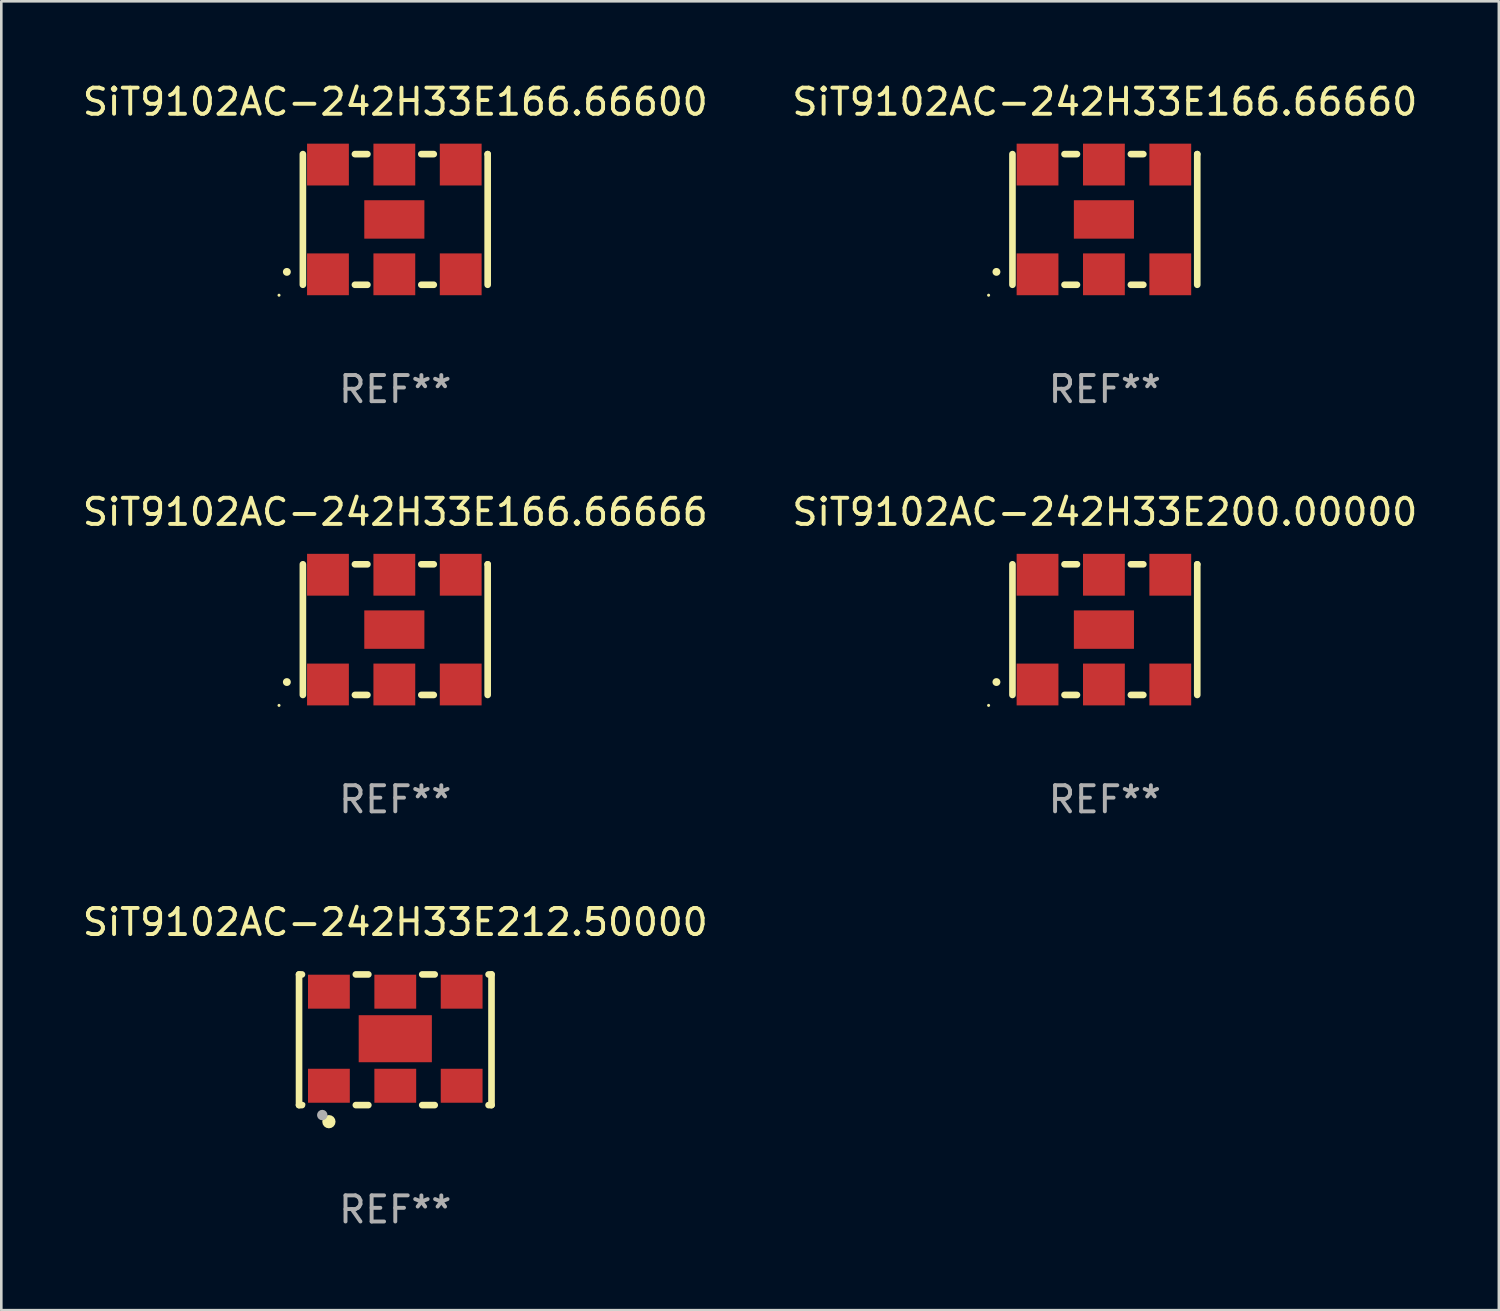
<source format=kicad_pcb>
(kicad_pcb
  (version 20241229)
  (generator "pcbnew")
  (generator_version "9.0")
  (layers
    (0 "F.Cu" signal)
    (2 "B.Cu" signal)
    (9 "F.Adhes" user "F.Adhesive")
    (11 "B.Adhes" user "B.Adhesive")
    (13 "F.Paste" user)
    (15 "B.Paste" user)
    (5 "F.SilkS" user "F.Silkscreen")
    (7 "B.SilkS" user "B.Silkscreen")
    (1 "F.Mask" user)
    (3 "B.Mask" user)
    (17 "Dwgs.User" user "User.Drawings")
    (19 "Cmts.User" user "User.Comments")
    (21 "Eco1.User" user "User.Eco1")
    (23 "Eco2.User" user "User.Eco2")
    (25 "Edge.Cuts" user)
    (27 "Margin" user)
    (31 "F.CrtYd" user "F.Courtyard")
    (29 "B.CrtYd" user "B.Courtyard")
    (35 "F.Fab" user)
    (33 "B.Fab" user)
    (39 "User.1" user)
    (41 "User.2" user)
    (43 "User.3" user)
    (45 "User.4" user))
  (footprint "SiT9102AC-242H33E166.66600"
    (layer "F.Cu")
    (at 12.077 5.348)
    (property "Reference" "SiT9102AC-242H33E166.66600" (at 0 -4.5 0) (layer "F.SilkS") (effects (font (size 1 1) (thickness 0.15))))
    (attr through_hole)
    (fp_line (start -3.536 -2.5) (end -3.536 2.5) (stroke (width 0.254) (type solid)) (layer "F.SilkS"))
    (fp_line (start -1.544 2.5) (end -1.067 2.5) (stroke (width 0.254) (type solid)) (layer "F.SilkS"))
    (fp_line (start -1.067 -2.5) (end -1.544 -2.5) (stroke (width 0.254) (type solid)) (layer "F.SilkS"))
    (fp_line (start 0.996 2.5) (end 1.473 2.5) (stroke (width 0.254) (type solid)) (layer "F.SilkS"))
    (fp_line (start 1.473 -2.5) (end 0.996 -2.5) (stroke (width 0.254) (type solid)) (layer "F.SilkS"))
    (fp_line (start 3.536 -2.5) (end 3.536 -2.5) (stroke (width 0.254) (type solid)) (layer "F.SilkS"))
    (fp_line (start 3.536 2.5) (end 3.536 -2.5) (stroke (width 0.254) (type solid)) (layer "F.SilkS"))
    (fp_arc (start -4.150432 2.006604) (mid -4.149162 2.006599) (end -4.147892 2.006604) (stroke (width 0.3) (type solid)) (layer "F.SilkS"))
    (fp_circle (center -4.449 2.9) (end -4.419 2.9) (stroke (width 0.06) (type solid)) (fill no) (layer "F.SilkS"))
    (fp_text user "REF**" (at 0 6.5 0) (layer "F.Fab") (effects (font (size 1 1) (thickness 0.15))))
    (pad "1" smd rect (at -2.576 2.1) (size 1.6 1.6) (layers "F.Cu" "F.Mask" "F.Paste"))
    (pad "2" smd rect (at -0.036 2.1) (size 1.6 1.6) (layers "F.Cu" "F.Mask" "F.Paste"))
    (pad "3" smd rect (at 2.504 2.1) (size 1.6 1.6) (layers "F.Cu" "F.Mask" "F.Paste"))
    (pad "4" smd rect (at 2.504 -2.1) (size 1.6 1.6) (layers "F.Cu" "F.Mask" "F.Paste"))
    (pad "5" smd rect (at -0.036 -2.1) (size 1.6 1.6) (layers "F.Cu" "F.Mask" "F.Paste"))
    (pad "6" smd rect (at -2.576 -2.1) (size 1.6 1.6) (layers "F.Cu" "F.Mask" "F.Paste"))
    (pad "7" smd rect (at -0.036 0) (size 2.3 1.47) (layers "F.Cu" "F.Mask" "F.Paste")))
  (footprint "SiT9102AC-242H33E166.66660"
    (layer "F.Cu")
    (at 39.232 5.348)
    (property "Reference" "SiT9102AC-242H33E166.66660" (at 0 -4.5 0) (layer "F.SilkS") (effects (font (size 1 1) (thickness 0.15))))
    (attr through_hole)
    (fp_line (start -3.536 -2.5) (end -3.536 2.5) (stroke (width 0.254) (type solid)) (layer "F.SilkS"))
    (fp_line (start -1.544 2.5) (end -1.067 2.5) (stroke (width 0.254) (type solid)) (layer "F.SilkS"))
    (fp_line (start -1.067 -2.5) (end -1.544 -2.5) (stroke (width 0.254) (type solid)) (layer "F.SilkS"))
    (fp_line (start 0.996 2.5) (end 1.473 2.5) (stroke (width 0.254) (type solid)) (layer "F.SilkS"))
    (fp_line (start 1.473 -2.5) (end 0.996 -2.5) (stroke (width 0.254) (type solid)) (layer "F.SilkS"))
    (fp_line (start 3.536 -2.5) (end 3.536 -2.5) (stroke (width 0.254) (type solid)) (layer "F.SilkS"))
    (fp_line (start 3.536 2.5) (end 3.536 -2.5) (stroke (width 0.254) (type solid)) (layer "F.SilkS"))
    (fp_arc (start -4.150432 2.006604) (mid -4.149162 2.006599) (end -4.147892 2.006604) (stroke (width 0.3) (type solid)) (layer "F.SilkS"))
    (fp_circle (center -4.449 2.9) (end -4.419 2.9) (stroke (width 0.06) (type solid)) (fill no) (layer "F.SilkS"))
    (fp_text user "REF**" (at 0 6.5 0) (layer "F.Fab") (effects (font (size 1 1) (thickness 0.15))))
    (pad "1" smd rect (at -2.576 2.1) (size 1.6 1.6) (layers "F.Cu" "F.Mask" "F.Paste"))
    (pad "2" smd rect (at -0.036 2.1) (size 1.6 1.6) (layers "F.Cu" "F.Mask" "F.Paste"))
    (pad "3" smd rect (at 2.504 2.1) (size 1.6 1.6) (layers "F.Cu" "F.Mask" "F.Paste"))
    (pad "4" smd rect (at 2.504 -2.1) (size 1.6 1.6) (layers "F.Cu" "F.Mask" "F.Paste"))
    (pad "5" smd rect (at -0.036 -2.1) (size 1.6 1.6) (layers "F.Cu" "F.Mask" "F.Paste"))
    (pad "6" smd rect (at -2.576 -2.1) (size 1.6 1.6) (layers "F.Cu" "F.Mask" "F.Paste"))
    (pad "7" smd rect (at -0.036 0) (size 2.3 1.47) (layers "F.Cu" "F.Mask" "F.Paste")))
  (footprint "SiT9102AC-242H33E166.66666"
    (layer "F.Cu")
    (at 12.077 21.045)
    (property "Reference" "SiT9102AC-242H33E166.66666" (at 0 -4.5 0) (layer "F.SilkS") (effects (font (size 1 1) (thickness 0.15))))
    (attr through_hole)
    (fp_line (start -3.536 -2.5) (end -3.536 2.5) (stroke (width 0.254) (type solid)) (layer "F.SilkS"))
    (fp_line (start -1.544 2.5) (end -1.067 2.5) (stroke (width 0.254) (type solid)) (layer "F.SilkS"))
    (fp_line (start -1.067 -2.5) (end -1.544 -2.5) (stroke (width 0.254) (type solid)) (layer "F.SilkS"))
    (fp_line (start 0.996 2.5) (end 1.473 2.5) (stroke (width 0.254) (type solid)) (layer "F.SilkS"))
    (fp_line (start 1.473 -2.5) (end 0.996 -2.5) (stroke (width 0.254) (type solid)) (layer "F.SilkS"))
    (fp_line (start 3.536 -2.5) (end 3.536 -2.5) (stroke (width 0.254) (type solid)) (layer "F.SilkS"))
    (fp_line (start 3.536 2.5) (end 3.536 -2.5) (stroke (width 0.254) (type solid)) (layer "F.SilkS"))
    (fp_arc (start -4.150432 2.006604) (mid -4.149162 2.006599) (end -4.147892 2.006604) (stroke (width 0.3) (type solid)) (layer "F.SilkS"))
    (fp_circle (center -4.449 2.9) (end -4.419 2.9) (stroke (width 0.06) (type solid)) (fill no) (layer "F.SilkS"))
    (fp_text user "REF**" (at 0 6.5 0) (layer "F.Fab") (effects (font (size 1 1) (thickness 0.15))))
    (pad "1" smd rect (at -2.576 2.1) (size 1.6 1.6) (layers "F.Cu" "F.Mask" "F.Paste"))
    (pad "2" smd rect (at -0.036 2.1) (size 1.6 1.6) (layers "F.Cu" "F.Mask" "F.Paste"))
    (pad "3" smd rect (at 2.504 2.1) (size 1.6 1.6) (layers "F.Cu" "F.Mask" "F.Paste"))
    (pad "4" smd rect (at 2.504 -2.1) (size 1.6 1.6) (layers "F.Cu" "F.Mask" "F.Paste"))
    (pad "5" smd rect (at -0.036 -2.1) (size 1.6 1.6) (layers "F.Cu" "F.Mask" "F.Paste"))
    (pad "6" smd rect (at -2.576 -2.1) (size 1.6 1.6) (layers "F.Cu" "F.Mask" "F.Paste"))
    (pad "7" smd rect (at -0.036 0) (size 2.3 1.47) (layers "F.Cu" "F.Mask" "F.Paste")))
  (footprint "SiT9102AC-242H33E200.00000"
    (layer "F.Cu")
    (at 39.232 21.045)
    (property "Reference" "SiT9102AC-242H33E200.00000" (at 0 -4.5 0) (layer "F.SilkS") (effects (font (size 1 1) (thickness 0.15))))
    (attr through_hole)
    (fp_line (start -3.536 -2.5) (end -3.536 2.5) (stroke (width 0.254) (type solid)) (layer "F.SilkS"))
    (fp_line (start -1.544 2.5) (end -1.067 2.5) (stroke (width 0.254) (type solid)) (layer "F.SilkS"))
    (fp_line (start -1.067 -2.5) (end -1.544 -2.5) (stroke (width 0.254) (type solid)) (layer "F.SilkS"))
    (fp_line (start 0.996 2.5) (end 1.473 2.5) (stroke (width 0.254) (type solid)) (layer "F.SilkS"))
    (fp_line (start 1.473 -2.5) (end 0.996 -2.5) (stroke (width 0.254) (type solid)) (layer "F.SilkS"))
    (fp_line (start 3.536 -2.5) (end 3.536 -2.5) (stroke (width 0.254) (type solid)) (layer "F.SilkS"))
    (fp_line (start 3.536 2.5) (end 3.536 -2.5) (stroke (width 0.254) (type solid)) (layer "F.SilkS"))
    (fp_arc (start -4.150432 2.006604) (mid -4.149162 2.006599) (end -4.147892 2.006604) (stroke (width 0.3) (type solid)) (layer "F.SilkS"))
    (fp_circle (center -4.449 2.9) (end -4.419 2.9) (stroke (width 0.06) (type solid)) (fill no) (layer "F.SilkS"))
    (fp_text user "REF**" (at 0 6.5 0) (layer "F.Fab") (effects (font (size 1 1) (thickness 0.15))))
    (pad "1" smd rect (at -2.576 2.1) (size 1.6 1.6) (layers "F.Cu" "F.Mask" "F.Paste"))
    (pad "2" smd rect (at -0.036 2.1) (size 1.6 1.6) (layers "F.Cu" "F.Mask" "F.Paste"))
    (pad "3" smd rect (at 2.504 2.1) (size 1.6 1.6) (layers "F.Cu" "F.Mask" "F.Paste"))
    (pad "4" smd rect (at 2.504 -2.1) (size 1.6 1.6) (layers "F.Cu" "F.Mask" "F.Paste"))
    (pad "5" smd rect (at -0.036 -2.1) (size 1.6 1.6) (layers "F.Cu" "F.Mask" "F.Paste"))
    (pad "6" smd rect (at -2.576 -2.1) (size 1.6 1.6) (layers "F.Cu" "F.Mask" "F.Paste"))
    (pad "7" smd rect (at -0.036 0) (size 2.3 1.47) (layers "F.Cu" "F.Mask" "F.Paste")))
  (footprint "SiT9102AC-242H33E212.50000"
    (layer "F.Cu")
    (at 12.077 36.741)
    (property "Reference" "SiT9102AC-242H33E212.50000" (at 0 -4.5 0) (layer "F.SilkS") (effects (font (size 1 1) (thickness 0.15))))
    (attr through_hole)
    (fp_line (start -3.683 -2.5) (end -3.571 -2.5) (stroke (width 0.254) (type solid)) (layer "F.SilkS"))
    (fp_line (start -3.683 2.5) (end -3.683 -2.5) (stroke (width 0.254) (type solid)) (layer "F.SilkS"))
    (fp_line (start -3.683 2.5) (end -3.571 2.5) (stroke (width 0.254) (type solid)) (layer "F.SilkS"))
    (fp_line (start -1.509 -2.5) (end -1.031 -2.5) (stroke (width 0.254) (type solid)) (layer "F.SilkS"))
    (fp_line (start -1.509 2.5) (end -1.031 2.5) (stroke (width 0.254) (type solid)) (layer "F.SilkS"))
    (fp_line (start 1.031 -2.5) (end 1.509 -2.5) (stroke (width 0.254) (type solid)) (layer "F.SilkS"))
    (fp_line (start 1.031 2.5) (end 1.509 2.5) (stroke (width 0.254) (type solid)) (layer "F.SilkS"))
    (fp_line (start 3.571 -2.5) (end 3.683 -2.5) (stroke (width 0.254) (type solid)) (layer "F.SilkS"))
    (fp_line (start 3.571 2.5) (end 3.683 2.5) (stroke (width 0.254) (type solid)) (layer "F.SilkS"))
    (fp_line (start 3.683 2.5) (end 3.683 -2.5) (stroke (width 0.254) (type solid)) (layer "F.SilkS"))
    (fp_circle (center -3.5 2.46) (end -3.47 2.46) (stroke (width 0.06) (type solid)) (fill no) (layer "F.SilkS"))
    (fp_circle (center -2.54 3.135) (end -2.413 3.135) (stroke (width 0.254) (type solid)) (fill no) (layer "F.SilkS"))
    (fp_circle (center -2.794 2.881) (end -2.694 2.881) (stroke (width 0.2) (type solid)) (fill no) (layer "F.Fab"))
    (fp_text user "REF**" (at 0 6.5 0) (layer "F.Fab") (effects (font (size 1 1) (thickness 0.15))))
    (pad "1" smd rect (at -2.54 1.76) (size 1.6 1.3) (layers "F.Cu" "F.Mask" "F.Paste"))
    (pad "2" smd rect (at 0 1.76) (size 1.6 1.3) (layers "F.Cu" "F.Mask" "F.Paste"))
    (pad "3" smd rect (at 2.54 1.76) (size 1.6 1.3) (layers "F.Cu" "F.Mask" "F.Paste"))
    (pad "4" smd rect (at 2.54 -1.84) (size 1.6 1.3) (layers "F.Cu" "F.Mask" "F.Paste"))
    (pad "5" smd rect (at 0 -1.84) (size 1.6 1.3) (layers "F.Cu" "F.Mask" "F.Paste"))
    (pad "6" smd rect (at -2.54 -1.84) (size 1.6 1.3) (layers "F.Cu" "F.Mask" "F.Paste"))
    (pad "7" smd rect (at 0 -0.04) (size 2.8 1.8) (layers "F.Cu" "F.Mask" "F.Paste")))
  (gr_rect
    (start -3 -3)
    (end 54.31 47.09)
    (stroke (width 0.1) (type default))
    (fill no)
    (layer "Edge.Cuts")))
</source>
